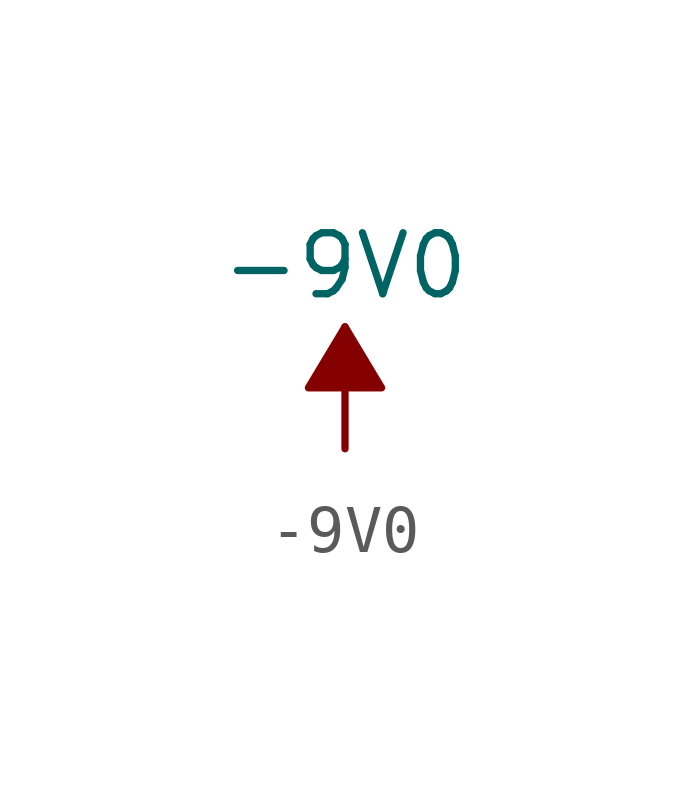
<source format=kicad_sym>
(kicad_symbol_lib
  (version 20211014)
  (generator kicad_symbol_editor)
  (symbol "-9V0"
    (power)
    (pin_names
      (offset 0))
    (property "Reference" "#PWR"
      (at 0 -3.175 0)
      (effects (font (size 1.27 1.27)) hide))
    (property "Value" "-9V0"
      (at 0 3.81 0)
      (effects (font (size 1.27 1.27))))
    (symbol "-9V0_0_1"
      (polyline (pts (xy 0 0) (xy 0 2.54)) (stroke (width 0) (type default) (color 0 0 0 0)) (fill (type none)))
      (polyline (pts (xy 0.762 1.27) (xy -0.762 1.27) (xy 0 2.54) (xy 0.762 1.27)) (stroke (width 0) (type default) (color 0 0 0 0)) (fill (type outline))))
    (symbol "-9V0_1_1"
      (pin power_in line (at 0 0 90) (length 0) hide (name "-9V" (effects (font (size 1.27 1.27)))) (number "1" (effects (font (size 1.27 1.27))))))))
</source>
